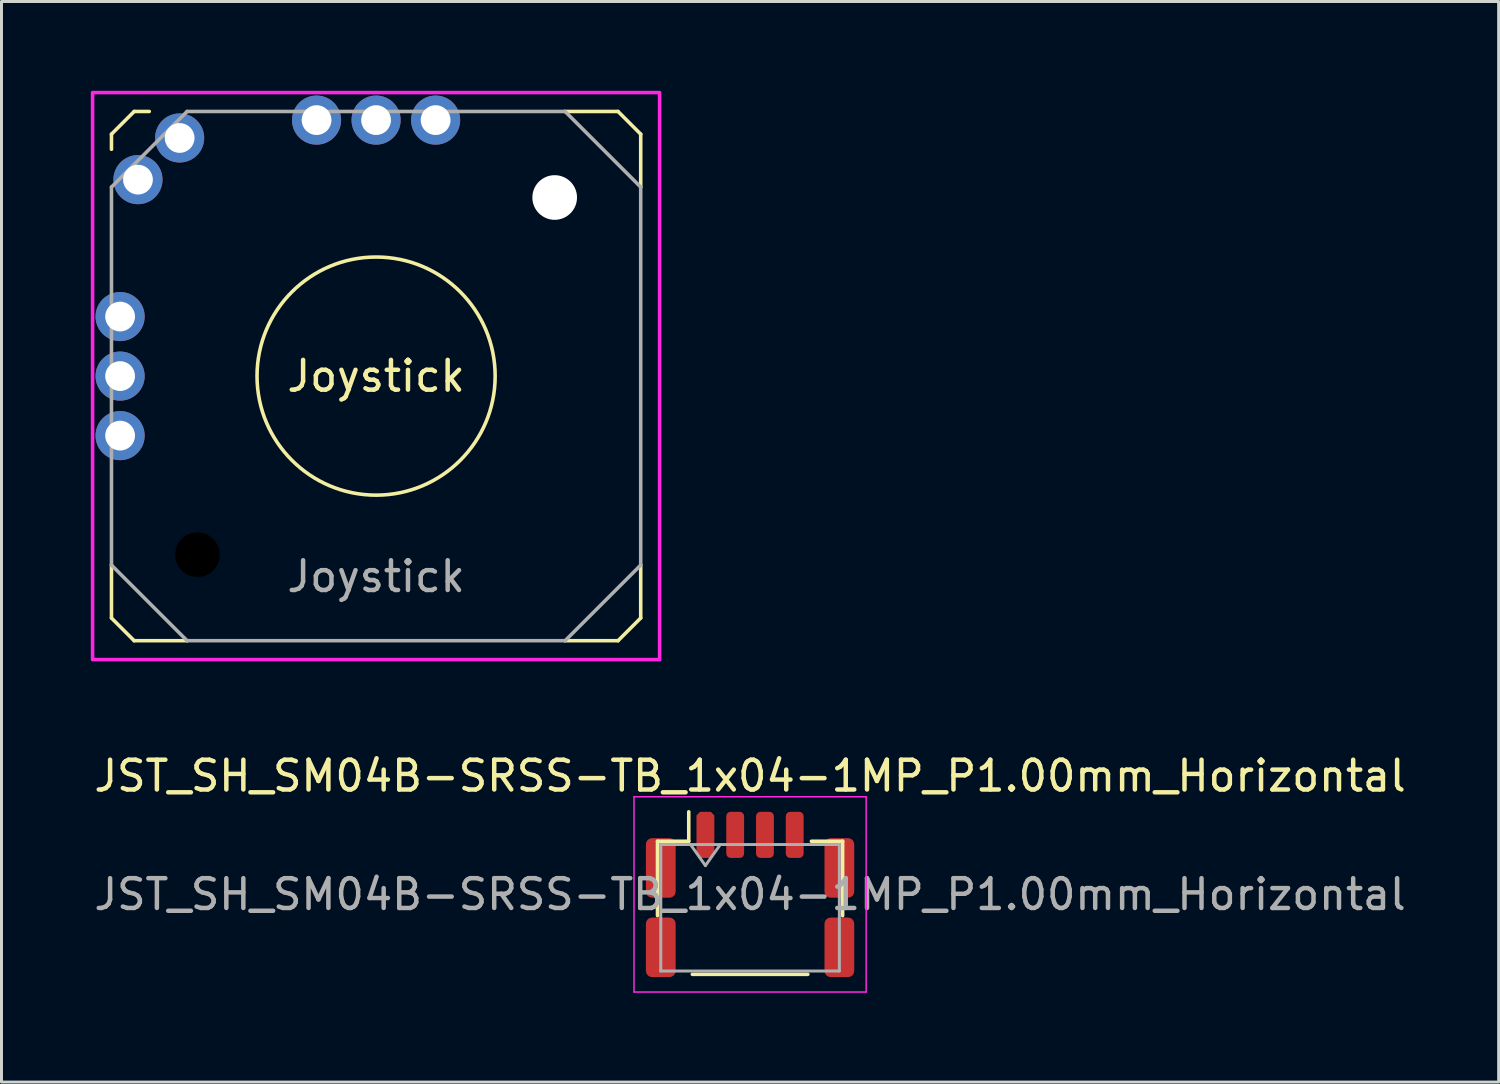
<source format=kicad_pcb>
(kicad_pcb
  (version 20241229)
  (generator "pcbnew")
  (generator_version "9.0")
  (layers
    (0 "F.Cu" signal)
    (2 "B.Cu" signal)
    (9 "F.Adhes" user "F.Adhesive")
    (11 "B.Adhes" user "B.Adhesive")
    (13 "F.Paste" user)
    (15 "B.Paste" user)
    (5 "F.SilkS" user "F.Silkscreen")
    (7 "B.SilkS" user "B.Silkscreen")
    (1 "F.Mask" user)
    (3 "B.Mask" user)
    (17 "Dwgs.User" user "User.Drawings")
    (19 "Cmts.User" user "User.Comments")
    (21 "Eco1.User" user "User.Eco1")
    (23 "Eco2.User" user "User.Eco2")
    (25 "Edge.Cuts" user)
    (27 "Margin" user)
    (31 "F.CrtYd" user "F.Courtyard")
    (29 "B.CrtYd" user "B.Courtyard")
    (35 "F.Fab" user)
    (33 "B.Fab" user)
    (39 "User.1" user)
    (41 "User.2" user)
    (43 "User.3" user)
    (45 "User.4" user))
  (footprint "JST_SH_SM04B-SRSS-TB_1x04-1MP_P1.00mm_Horizontal"
    (layer "F.Cu")
    (at 22.149 26.998)
    (property "Reference" "JST_SH_SM04B-SRSS-TB_1x04-1MP_P1.00mm_Horizontal" (at 0 -3.98 180) (layer "F.SilkS") (effects (font (size 1 1) (thickness 0.15))))
    (attr smd exclude_from_bom)
    (fp_line (start -3.11 -1.785) (end -2.06 -1.785) (stroke (width 0.12) (type solid)) (layer "F.SilkS"))
    (fp_line (start -3.11 0.715) (end -3.11 -1.785) (stroke (width 0.12) (type solid)) (layer "F.SilkS"))
    (fp_line (start -2.06 -1.785) (end -2.06 -2.775) (stroke (width 0.12) (type solid)) (layer "F.SilkS"))
    (fp_line (start -1.94 2.685) (end 1.94 2.685) (stroke (width 0.12) (type solid)) (layer "F.SilkS"))
    (fp_line (start 3.11 -1.785) (end 2.06 -1.785) (stroke (width 0.12) (type solid)) (layer "F.SilkS"))
    (fp_line (start 3.11 0.715) (end 3.11 -1.785) (stroke (width 0.12) (type solid)) (layer "F.SilkS"))
    (fp_line (start -3.9 -3.28) (end -3.9 3.28) (stroke (width 0.05) (type solid)) (layer "F.CrtYd"))
    (fp_line (start -3.9 3.28) (end 3.9 3.28) (stroke (width 0.05) (type solid)) (layer "F.CrtYd"))
    (fp_line (start 3.9 -3.28) (end -3.9 -3.28) (stroke (width 0.05) (type solid)) (layer "F.CrtYd"))
    (fp_line (start 3.9 3.28) (end 3.9 -3.28) (stroke (width 0.05) (type solid)) (layer "F.CrtYd"))
    (fp_line (start -3 -1.675) (end -3 2.575) (stroke (width 0.1) (type solid)) (layer "F.Fab"))
    (fp_line (start -3 -1.675) (end 3 -1.675) (stroke (width 0.1) (type solid)) (layer "F.Fab"))
    (fp_line (start -3 2.575) (end 3 2.575) (stroke (width 0.1) (type solid)) (layer "F.Fab"))
    (fp_line (start -2 -1.675) (end -1.5 -0.968) (stroke (width 0.1) (type solid)) (layer "F.Fab"))
    (fp_line (start -1.5 -0.968) (end -1 -1.675) (stroke (width 0.1) (type solid)) (layer "F.Fab"))
    (fp_line (start 3 -1.675) (end 3 2.575) (stroke (width 0.1) (type solid)) (layer "F.Fab"))
    (fp_text user "${REFERENCE}" (at 0 0 180) (layer "F.Fab") (effects (font (size 1 1) (thickness 0.15))))
    (pad "1" smd roundrect (at -1.5 -2) (size 0.6 1.55) (layers "F.Cu" "F.Mask" "F.Paste") (roundrect_rratio 0) (chamfer_ratio 0.2) (chamfer top_left top_right bottom_left bottom_right))
    (pad "2" smd roundrect (at -0.5 -2) (size 0.6 1.55) (layers "F.Cu" "F.Mask" "F.Paste") (roundrect_rratio 0.25))
    (pad "3" smd roundrect (at 0.5 -2) (size 0.6 1.55) (layers "F.Cu" "F.Mask" "F.Paste") (roundrect_rratio 0.25))
    (pad "4" smd roundrect (at 1.5 -2) (size 0.6 1.55) (layers "F.Cu" "F.Mask" "F.Paste") (roundrect_rratio 0.25))
    (pad "MP" smd roundrect (at -3 -0.889) (size 1 2) (layers "F.Cu" "F.Mask" "F.Paste") (roundrect_rratio 0.208))
    (pad "MP" smd roundrect (at -3 1.778) (size 1 2) (layers "F.Cu" "F.Mask" "F.Paste") (roundrect_rratio 0.208))
    (pad "MP" smd roundrect (at 3 -0.889) (size 1 2) (layers "F.Cu" "F.Mask" "F.Paste") (roundrect_rratio 0.208))
    (pad "MP" smd roundrect (at 3 1.778) (size 1 2) (layers "F.Cu" "F.Mask" "F.Paste") (roundrect_rratio 0.208)))
  (footprint "Joystick"
    (layer "F.Cu")
    (at 9.585 9.585)
    (property "Reference" "Joystick" (at 0 0 0) (unlocked yes) (layer "F.SilkS") (effects (font (size 1 1) (thickness 0.15))))
    (attr through_hole)
    (fp_line (start -8.89 -8.128) (end -8.89 -7.62) (stroke (width 0.12) (type solid)) (layer "F.SilkS"))
    (fp_line (start -8.89 -8.128) (end -8.128 -8.89) (stroke (width 0.12) (type solid)) (layer "F.SilkS"))
    (fp_line (start -8.89 6.35) (end -8.89 8.128) (stroke (width 0.12) (type solid)) (layer "F.SilkS"))
    (fp_line (start -8.128 8.89) (end -8.89 8.128) (stroke (width 0.12) (type solid)) (layer "F.SilkS"))
    (fp_line (start -8.128 8.89) (end -6.35 8.89) (stroke (width 0.12) (type solid)) (layer "F.SilkS"))
    (fp_line (start -7.62 -8.89) (end -8.128 -8.89) (stroke (width 0.12) (type solid)) (layer "F.SilkS"))
    (fp_line (start 6.35 8.89) (end 8.128 8.89) (stroke (width 0.12) (type solid)) (layer "F.SilkS"))
    (fp_line (start 8.128 -8.89) (end 6.35 -8.89) (stroke (width 0.12) (type solid)) (layer "F.SilkS"))
    (fp_line (start 8.128 8.89) (end 8.89 8.128) (stroke (width 0.12) (type solid)) (layer "F.SilkS"))
    (fp_line (start 8.89 -8.128) (end 8.128 -8.89) (stroke (width 0.12) (type solid)) (layer "F.SilkS"))
    (fp_line (start 8.89 -6.35) (end 8.89 -8.128) (stroke (width 0.12) (type solid)) (layer "F.SilkS"))
    (fp_line (start 8.89 8.128) (end 8.89 6.35) (stroke (width 0.12) (type solid)) (layer "F.SilkS"))
    (fp_circle (center 0 0) (end 4 0) (stroke (width 0.12) (type solid)) (fill no) (layer "F.SilkS"))
    (fp_rect (start -9.525 -9.525) (end 9.525 9.525) (stroke (width 0.12) (type solid)) (fill no) (layer "F.CrtYd"))
    (fp_line (start -8.89 -6.35) (end -8.89 6.35) (stroke (width 0.12) (type solid)) (layer "F.Fab"))
    (fp_line (start -8.89 6.35) (end -6.35 8.89) (stroke (width 0.12) (type solid)) (layer "F.Fab"))
    (fp_line (start -6.35 -8.89) (end -8.89 -6.35) (stroke (width 0.12) (type solid)) (layer "F.Fab"))
    (fp_line (start -6.35 8.89) (end 6.35 8.89) (stroke (width 0.12) (type solid)) (layer "F.Fab"))
    (fp_line (start 6.35 -8.89) (end -6.35 -8.89) (stroke (width 0.12) (type solid)) (layer "F.Fab"))
    (fp_line (start 6.35 8.89) (end 8.89 6.35) (stroke (width 0.12) (type solid)) (layer "F.Fab"))
    (fp_line (start 8.89 -6.35) (end 6.35 -8.89) (stroke (width 0.12) (type solid)) (layer "F.Fab"))
    (fp_line (start 8.89 6.35) (end 8.89 -6.35) (stroke (width 0.12) (type solid)) (layer "F.Fab"))
    (fp_text user "${REFERENCE}" (at 0 6.731 0) (unlocked yes) (layer "F.Fab") (effects (font (size 1 1) (thickness 0.15))))
    (pad "" np_thru_hole circle (at -6 6 90) (size 1.5 1.5) (drill 1.5) (layers "*.Mask"))
    (pad "" np_thru_hole circle (at 6 -6 90) (size 1.5 1.5) (drill 1.5) (layers "*.Cu" "*.Mask"))
    (pad "1" thru_hole circle (at -8.6 2 90) (size 1.65 1.65) (drill 1) (layers "*.Cu" "*.Mask"))
    (pad "2" thru_hole circle (at -8.6 0 90) (size 1.65 1.65) (drill 1) (layers "*.Cu" "*.Mask"))
    (pad "3" thru_hole circle (at -8.6 -2 90) (size 1.65 1.65) (drill 1) (layers "*.Cu" "*.Mask"))
    (pad "4" thru_hole circle (at -8 -6.6 90) (size 1.65 1.65) (drill 1) (layers "*.Cu" "*.Mask"))
    (pad "5" thru_hole circle (at -6.6 -8 45) (size 1.65 1.65) (drill 1) (layers "*.Cu" "*.Mask"))
    (pad "6" thru_hole circle (at -2 -8.6 90) (size 1.65 1.65) (drill 1) (layers "*.Cu" "*.Mask"))
    (pad "7" thru_hole circle (at 0 -8.6 90) (size 1.65 1.65) (drill 1) (layers "*.Cu" "*.Mask"))
    (pad "8" thru_hole circle (at 2 -8.6 90) (size 1.65 1.65) (drill 1) (layers "*.Cu" "*.Mask")))
  (gr_rect
    (start -3 -3)
    (end 47.298 33.303)
    (stroke (width 0.1) (type default))
    (fill no)
    (layer "Edge.Cuts")))
</source>
